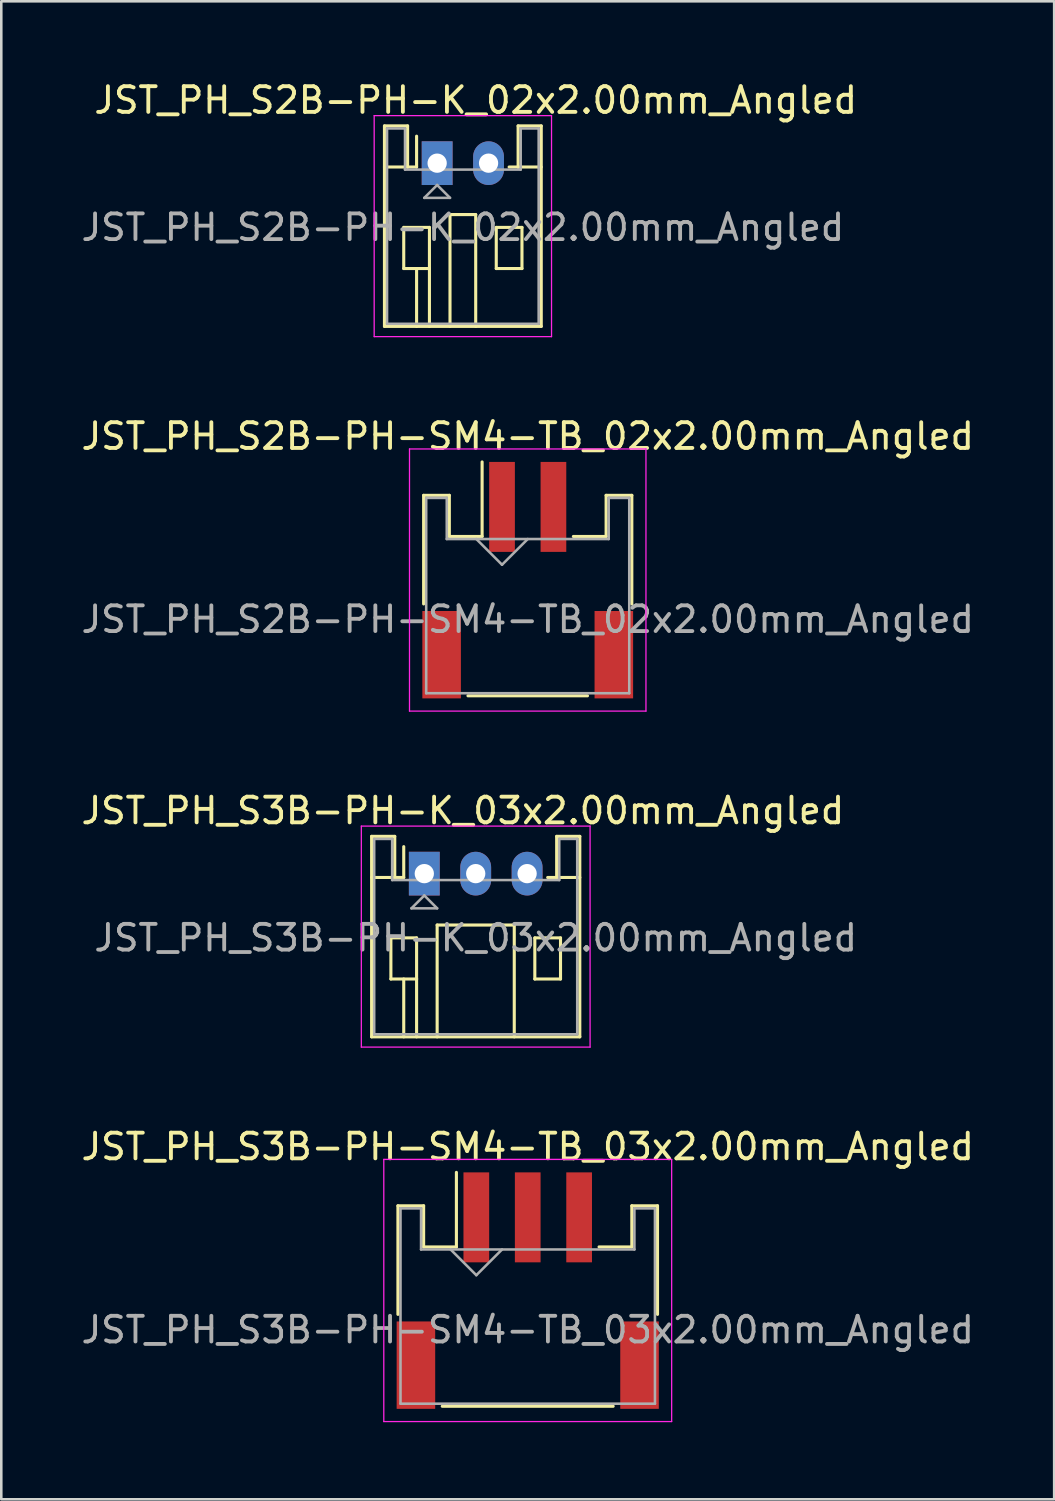
<source format=kicad_pcb>
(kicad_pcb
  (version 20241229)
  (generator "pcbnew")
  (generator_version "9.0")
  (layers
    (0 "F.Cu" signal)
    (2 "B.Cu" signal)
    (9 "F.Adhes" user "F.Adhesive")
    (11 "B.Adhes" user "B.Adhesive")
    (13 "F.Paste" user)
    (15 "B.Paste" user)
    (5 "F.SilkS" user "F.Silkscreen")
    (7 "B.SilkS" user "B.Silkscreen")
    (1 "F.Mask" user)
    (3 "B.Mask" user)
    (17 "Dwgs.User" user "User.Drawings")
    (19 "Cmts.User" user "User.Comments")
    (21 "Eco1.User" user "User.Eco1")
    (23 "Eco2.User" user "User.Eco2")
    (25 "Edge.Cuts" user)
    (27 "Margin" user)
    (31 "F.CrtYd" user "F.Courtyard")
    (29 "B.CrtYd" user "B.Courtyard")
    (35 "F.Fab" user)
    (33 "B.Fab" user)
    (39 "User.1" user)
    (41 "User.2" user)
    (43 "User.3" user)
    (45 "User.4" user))
  (footprint "JST_PH_S3B-PH-K_03x2.00mm_Angled"
    (layer "F.Cu")
    (at 13.458 30.94)
    (property "Reference" "JST_PH_S3B-PH-K_03x2.00mm_Angled" (at 1.5 -2.45 0) (layer "F.SilkS") (effects (font (size 1 1) (thickness 0.15))))
    (attr through_hole)
    (fp_line (start -2.05 -1.45) (end -2.05 6.35) (stroke (width 0.12) (type solid)) (layer "F.SilkS"))
    (fp_line (start -2.05 0.15) (end -1.15 0.15) (stroke (width 0.12) (type solid)) (layer "F.SilkS"))
    (fp_line (start -2.05 6.35) (end 6.05 6.35) (stroke (width 0.12) (type solid)) (layer "F.SilkS"))
    (fp_line (start -1.3 2.5) (end -1.3 4.1) (stroke (width 0.12) (type solid)) (layer "F.SilkS"))
    (fp_line (start -1.3 4.1) (end -0.3 4.1) (stroke (width 0.12) (type solid)) (layer "F.SilkS"))
    (fp_line (start -1.15 -1.45) (end -2.05 -1.45) (stroke (width 0.12) (type solid)) (layer "F.SilkS"))
    (fp_line (start -1.15 0.15) (end -1.15 -1.45) (stroke (width 0.12) (type solid)) (layer "F.SilkS"))
    (fp_line (start -0.8 0.15) (end -1.15 0.15) (stroke (width 0.12) (type solid)) (layer "F.SilkS"))
    (fp_line (start -0.8 0.15) (end -0.8 -1.05) (stroke (width 0.12) (type solid)) (layer "F.SilkS"))
    (fp_line (start -0.8 4.1) (end -0.8 6.35) (stroke (width 0.12) (type solid)) (layer "F.SilkS"))
    (fp_line (start -0.3 2.5) (end -1.3 2.5) (stroke (width 0.12) (type solid)) (layer "F.SilkS"))
    (fp_line (start -0.3 4.1) (end -0.3 2.5) (stroke (width 0.12) (type solid)) (layer "F.SilkS"))
    (fp_line (start -0.3 4.1) (end -0.3 6.35) (stroke (width 0.12) (type solid)) (layer "F.SilkS"))
    (fp_line (start 0.5 2) (end 3.5 2) (stroke (width 0.12) (type solid)) (layer "F.SilkS"))
    (fp_line (start 0.5 6.35) (end 0.5 2) (stroke (width 0.12) (type solid)) (layer "F.SilkS"))
    (fp_line (start 3.5 2) (end 3.5 6.35) (stroke (width 0.12) (type solid)) (layer "F.SilkS"))
    (fp_line (start 4.3 2.5) (end 5.3 2.5) (stroke (width 0.12) (type solid)) (layer "F.SilkS"))
    (fp_line (start 4.3 4.1) (end 4.3 2.5) (stroke (width 0.12) (type solid)) (layer "F.SilkS"))
    (fp_line (start 5.15 -1.45) (end 5.15 0.15) (stroke (width 0.12) (type solid)) (layer "F.SilkS"))
    (fp_line (start 5.15 0.15) (end 4.8 0.15) (stroke (width 0.12) (type solid)) (layer "F.SilkS"))
    (fp_line (start 5.3 2.5) (end 5.3 4.1) (stroke (width 0.12) (type solid)) (layer "F.SilkS"))
    (fp_line (start 5.3 4.1) (end 4.3 4.1) (stroke (width 0.12) (type solid)) (layer "F.SilkS"))
    (fp_line (start 6.05 -1.45) (end 5.15 -1.45) (stroke (width 0.12) (type solid)) (layer "F.SilkS"))
    (fp_line (start 6.05 0.15) (end 5.15 0.15) (stroke (width 0.12) (type solid)) (layer "F.SilkS"))
    (fp_line (start 6.05 6.35) (end 6.05 -1.45) (stroke (width 0.12) (type solid)) (layer "F.SilkS"))
    (fp_line (start -2.45 -1.85) (end -2.45 6.75) (stroke (width 0.05) (type solid)) (layer "F.CrtYd"))
    (fp_line (start -2.45 6.75) (end 6.45 6.75) (stroke (width 0.05) (type solid)) (layer "F.CrtYd"))
    (fp_line (start 6.45 -1.85) (end -2.45 -1.85) (stroke (width 0.05) (type solid)) (layer "F.CrtYd"))
    (fp_line (start 6.45 6.75) (end 6.45 -1.85) (stroke (width 0.05) (type solid)) (layer "F.CrtYd"))
    (fp_line (start -1.95 -1.35) (end -1.95 6.25) (stroke (width 0.1) (type solid)) (layer "F.Fab"))
    (fp_line (start -1.95 6.25) (end 5.95 6.25) (stroke (width 0.1) (type solid)) (layer "F.Fab"))
    (fp_line (start -1.25 -1.35) (end -1.95 -1.35) (stroke (width 0.1) (type solid)) (layer "F.Fab"))
    (fp_line (start -1.25 0.25) (end -1.25 -1.35) (stroke (width 0.1) (type solid)) (layer "F.Fab"))
    (fp_line (start -0.5 1.35) (end 0.5 1.35) (stroke (width 0.1) (type solid)) (layer "F.Fab"))
    (fp_line (start 0 0.85) (end -0.5 1.35) (stroke (width 0.1) (type solid)) (layer "F.Fab"))
    (fp_line (start 0.5 1.35) (end 0 0.85) (stroke (width 0.1) (type solid)) (layer "F.Fab"))
    (fp_line (start 5.25 -1.35) (end 5.25 0.25) (stroke (width 0.1) (type solid)) (layer "F.Fab"))
    (fp_line (start 5.25 0.25) (end -1.25 0.25) (stroke (width 0.1) (type solid)) (layer "F.Fab"))
    (fp_line (start 5.95 -1.35) (end 5.25 -1.35) (stroke (width 0.1) (type solid)) (layer "F.Fab"))
    (fp_line (start 5.95 6.25) (end 5.95 -1.35) (stroke (width 0.1) (type solid)) (layer "F.Fab"))
    (fp_text user "${REFERENCE}" (at 2 2.5 0) (layer "F.Fab") (effects (font (size 1 1) (thickness 0.15))))
    (pad "1" thru_hole rect (at 0 0) (size 1.2 1.7) (drill 0.75) (layers "*.Cu" "*.Mask"))
    (pad "2" thru_hole oval (at 2 0) (size 1.2 1.7) (drill 0.75) (layers "*.Cu" "*.Mask"))
    (pad "3" thru_hole oval (at 4 0) (size 1.2 1.7) (drill 0.75) (layers "*.Cu" "*.Mask")))
  (footprint "JST_PH_S2B-PH-K_02x2.00mm_Angled"
    (layer "F.Cu")
    (at 13.958 3.298)
    (property "Reference" "JST_PH_S2B-PH-K_02x2.00mm_Angled" (at 1.5 -2.45 0) (layer "F.SilkS") (effects (font (size 1 1) (thickness 0.15))))
    (attr through_hole)
    (fp_line (start -2.05 -1.45) (end -2.05 6.35) (stroke (width 0.12) (type solid)) (layer "F.SilkS"))
    (fp_line (start -2.05 0.15) (end -1.15 0.15) (stroke (width 0.12) (type solid)) (layer "F.SilkS"))
    (fp_line (start -2.05 6.35) (end 4.05 6.35) (stroke (width 0.12) (type solid)) (layer "F.SilkS"))
    (fp_line (start -1.3 2.5) (end -1.3 4.1) (stroke (width 0.12) (type solid)) (layer "F.SilkS"))
    (fp_line (start -1.3 4.1) (end -0.3 4.1) (stroke (width 0.12) (type solid)) (layer "F.SilkS"))
    (fp_line (start -1.15 -1.45) (end -2.05 -1.45) (stroke (width 0.12) (type solid)) (layer "F.SilkS"))
    (fp_line (start -1.15 0.15) (end -1.15 -1.45) (stroke (width 0.12) (type solid)) (layer "F.SilkS"))
    (fp_line (start -0.8 0.15) (end -1.15 0.15) (stroke (width 0.12) (type solid)) (layer "F.SilkS"))
    (fp_line (start -0.8 0.15) (end -0.8 -1.05) (stroke (width 0.12) (type solid)) (layer "F.SilkS"))
    (fp_line (start -0.8 4.1) (end -0.8 6.35) (stroke (width 0.12) (type solid)) (layer "F.SilkS"))
    (fp_line (start -0.3 2.5) (end -1.3 2.5) (stroke (width 0.12) (type solid)) (layer "F.SilkS"))
    (fp_line (start -0.3 4.1) (end -0.3 2.5) (stroke (width 0.12) (type solid)) (layer "F.SilkS"))
    (fp_line (start -0.3 4.1) (end -0.3 6.35) (stroke (width 0.12) (type solid)) (layer "F.SilkS"))
    (fp_line (start 0.5 2) (end 1.5 2) (stroke (width 0.12) (type solid)) (layer "F.SilkS"))
    (fp_line (start 0.5 6.35) (end 0.5 2) (stroke (width 0.12) (type solid)) (layer "F.SilkS"))
    (fp_line (start 1.5 2) (end 1.5 6.35) (stroke (width 0.12) (type solid)) (layer "F.SilkS"))
    (fp_line (start 2.3 2.5) (end 3.3 2.5) (stroke (width 0.12) (type solid)) (layer "F.SilkS"))
    (fp_line (start 2.3 4.1) (end 2.3 2.5) (stroke (width 0.12) (type solid)) (layer "F.SilkS"))
    (fp_line (start 3.15 -1.45) (end 3.15 0.15) (stroke (width 0.12) (type solid)) (layer "F.SilkS"))
    (fp_line (start 3.15 0.15) (end 2.8 0.15) (stroke (width 0.12) (type solid)) (layer "F.SilkS"))
    (fp_line (start 3.3 2.5) (end 3.3 4.1) (stroke (width 0.12) (type solid)) (layer "F.SilkS"))
    (fp_line (start 3.3 4.1) (end 2.3 4.1) (stroke (width 0.12) (type solid)) (layer "F.SilkS"))
    (fp_line (start 4.05 -1.45) (end 3.15 -1.45) (stroke (width 0.12) (type solid)) (layer "F.SilkS"))
    (fp_line (start 4.05 0.15) (end 3.15 0.15) (stroke (width 0.12) (type solid)) (layer "F.SilkS"))
    (fp_line (start 4.05 6.35) (end 4.05 -1.45) (stroke (width 0.12) (type solid)) (layer "F.SilkS"))
    (fp_line (start -2.45 -1.85) (end -2.45 6.75) (stroke (width 0.05) (type solid)) (layer "F.CrtYd"))
    (fp_line (start -2.45 6.75) (end 4.45 6.75) (stroke (width 0.05) (type solid)) (layer "F.CrtYd"))
    (fp_line (start 4.45 -1.85) (end -2.45 -1.85) (stroke (width 0.05) (type solid)) (layer "F.CrtYd"))
    (fp_line (start 4.45 6.75) (end 4.45 -1.85) (stroke (width 0.05) (type solid)) (layer "F.CrtYd"))
    (fp_line (start -1.95 -1.35) (end -1.95 6.25) (stroke (width 0.1) (type solid)) (layer "F.Fab"))
    (fp_line (start -1.95 6.25) (end 3.95 6.25) (stroke (width 0.1) (type solid)) (layer "F.Fab"))
    (fp_line (start -1.25 -1.35) (end -1.95 -1.35) (stroke (width 0.1) (type solid)) (layer "F.Fab"))
    (fp_line (start -1.25 0.25) (end -1.25 -1.35) (stroke (width 0.1) (type solid)) (layer "F.Fab"))
    (fp_line (start -0.5 1.35) (end 0.5 1.35) (stroke (width 0.1) (type solid)) (layer "F.Fab"))
    (fp_line (start 0 0.85) (end -0.5 1.35) (stroke (width 0.1) (type solid)) (layer "F.Fab"))
    (fp_line (start 0.5 1.35) (end 0 0.85) (stroke (width 0.1) (type solid)) (layer "F.Fab"))
    (fp_line (start 3.25 -1.35) (end 3.25 0.25) (stroke (width 0.1) (type solid)) (layer "F.Fab"))
    (fp_line (start 3.25 0.25) (end -1.25 0.25) (stroke (width 0.1) (type solid)) (layer "F.Fab"))
    (fp_line (start 3.95 -1.35) (end 3.25 -1.35) (stroke (width 0.1) (type solid)) (layer "F.Fab"))
    (fp_line (start 3.95 6.25) (end 3.95 -1.35) (stroke (width 0.1) (type solid)) (layer "F.Fab"))
    (fp_text user "${REFERENCE}" (at 1 2.5 0) (layer "F.Fab") (effects (font (size 1 1) (thickness 0.15))))
    (pad "1" thru_hole rect (at 0 0) (size 1.2 1.7) (drill 0.75) (layers "*.Cu" "*.Mask"))
    (pad "2" thru_hole oval (at 2 0) (size 1.2 1.7) (drill 0.75) (layers "*.Cu" "*.Mask")))
  (footprint "JST_PH_S3B-PH-SM4-TB_03x2.00mm_Angled"
    (layer "F.Cu")
    (at 17.482 47.188)
    (property "Reference" "JST_PH_S3B-PH-SM4-TB_03x2.00mm_Angled" (at 0 -5.625 0) (layer "F.SilkS") (effects (font (size 1 1) (thickness 0.15))))
    (attr smd)
    (fp_line (start -5.05 -3.325) (end -5.05 0.9) (stroke (width 0.12) (type solid)) (layer "F.SilkS"))
    (fp_line (start -4.05 -3.325) (end -5.05 -3.325) (stroke (width 0.12) (type solid)) (layer "F.SilkS"))
    (fp_line (start -4.05 -1.725) (end -4.05 -3.325) (stroke (width 0.12) (type solid)) (layer "F.SilkS"))
    (fp_line (start -3.325 4.475) (end 3.325 4.475) (stroke (width 0.12) (type solid)) (layer "F.SilkS"))
    (fp_line (start -2.775 -1.725) (end -4.05 -1.725) (stroke (width 0.12) (type solid)) (layer "F.SilkS"))
    (fp_line (start -2.775 -1.725) (end -2.775 -4.625) (stroke (width 0.12) (type solid)) (layer "F.SilkS"))
    (fp_line (start 4.05 -3.325) (end 4.05 -1.725) (stroke (width 0.12) (type solid)) (layer "F.SilkS"))
    (fp_line (start 4.05 -1.725) (end 2.775 -1.725) (stroke (width 0.12) (type solid)) (layer "F.SilkS"))
    (fp_line (start 5.05 -3.325) (end 4.05 -3.325) (stroke (width 0.12) (type solid)) (layer "F.SilkS"))
    (fp_line (start 5.05 0.9) (end 5.05 -3.325) (stroke (width 0.12) (type solid)) (layer "F.SilkS"))
    (fp_line (start -5.6 -5.13) (end -5.6 5.07) (stroke (width 0.05) (type solid)) (layer "F.CrtYd"))
    (fp_line (start -5.6 5.07) (end 5.6 5.07) (stroke (width 0.05) (type solid)) (layer "F.CrtYd"))
    (fp_line (start 5.6 -5.13) (end -5.6 -5.13) (stroke (width 0.05) (type solid)) (layer "F.CrtYd"))
    (fp_line (start 5.6 5.07) (end 5.6 -5.13) (stroke (width 0.05) (type solid)) (layer "F.CrtYd"))
    (fp_line (start -4.95 -3.225) (end -4.95 4.375) (stroke (width 0.1) (type solid)) (layer "F.Fab"))
    (fp_line (start -4.95 4.375) (end 4.95 4.375) (stroke (width 0.1) (type solid)) (layer "F.Fab"))
    (fp_line (start -4.15 -3.225) (end -4.95 -3.225) (stroke (width 0.1) (type solid)) (layer "F.Fab"))
    (fp_line (start -4.15 -1.625) (end -4.15 -3.225) (stroke (width 0.1) (type solid)) (layer "F.Fab"))
    (fp_line (start -3 -1.625) (end -2 -0.625) (stroke (width 0.1) (type solid)) (layer "F.Fab"))
    (fp_line (start -2 -0.625) (end -1 -1.625) (stroke (width 0.1) (type solid)) (layer "F.Fab"))
    (fp_line (start 4.15 -3.225) (end 4.15 -1.625) (stroke (width 0.1) (type solid)) (layer "F.Fab"))
    (fp_line (start 4.15 -1.625) (end -4.15 -1.625) (stroke (width 0.1) (type solid)) (layer "F.Fab"))
    (fp_line (start 4.95 -3.225) (end 4.15 -3.225) (stroke (width 0.1) (type solid)) (layer "F.Fab"))
    (fp_line (start 4.95 4.375) (end 4.95 -3.225) (stroke (width 0.1) (type solid)) (layer "F.Fab"))
    (fp_text user "${REFERENCE}" (at 0 1.5 0) (layer "F.Fab") (effects (font (size 1 1) (thickness 0.15))))
    (pad "" smd rect (at -4.35 2.875) (size 1.5 3.4) (layers "F.Cu" "F.Mask" "F.Paste"))
    (pad "" smd rect (at 4.35 2.875) (size 1.5 3.4) (layers "F.Cu" "F.Mask" "F.Paste"))
    (pad "1" smd rect (at -2 -2.875) (size 1 3.5) (layers "F.Cu" "F.Mask" "F.Paste"))
    (pad "2" smd rect (at 0 -2.875) (size 1 3.5) (layers "F.Cu" "F.Mask" "F.Paste"))
    (pad "3" smd rect (at 2 -2.875) (size 1 3.5) (layers "F.Cu" "F.Mask" "F.Paste")))
  (footprint "JST_PH_S2B-PH-SM4-TB_02x2.00mm_Angled"
    (layer "F.Cu")
    (at 17.482 19.547)
    (property "Reference" "JST_PH_S2B-PH-SM4-TB_02x2.00mm_Angled" (at 0 -5.625 0) (layer "F.SilkS") (effects (font (size 1 1) (thickness 0.15))))
    (attr smd)
    (fp_line (start -4.05 -3.325) (end -4.05 0.9) (stroke (width 0.12) (type solid)) (layer "F.SilkS"))
    (fp_line (start -3.05 -3.325) (end -4.05 -3.325) (stroke (width 0.12) (type solid)) (layer "F.SilkS"))
    (fp_line (start -3.05 -1.725) (end -3.05 -3.325) (stroke (width 0.12) (type solid)) (layer "F.SilkS"))
    (fp_line (start -2.325 4.475) (end 2.325 4.475) (stroke (width 0.12) (type solid)) (layer "F.SilkS"))
    (fp_line (start -1.775 -1.725) (end -3.05 -1.725) (stroke (width 0.12) (type solid)) (layer "F.SilkS"))
    (fp_line (start -1.775 -1.725) (end -1.775 -4.625) (stroke (width 0.12) (type solid)) (layer "F.SilkS"))
    (fp_line (start 3.05 -3.325) (end 3.05 -1.725) (stroke (width 0.12) (type solid)) (layer "F.SilkS"))
    (fp_line (start 3.05 -1.725) (end 1.775 -1.725) (stroke (width 0.12) (type solid)) (layer "F.SilkS"))
    (fp_line (start 4.05 -3.325) (end 3.05 -3.325) (stroke (width 0.12) (type solid)) (layer "F.SilkS"))
    (fp_line (start 4.05 0.9) (end 4.05 -3.325) (stroke (width 0.12) (type solid)) (layer "F.SilkS"))
    (fp_line (start -4.6 -5.13) (end -4.6 5.07) (stroke (width 0.05) (type solid)) (layer "F.CrtYd"))
    (fp_line (start -4.6 5.07) (end 4.6 5.07) (stroke (width 0.05) (type solid)) (layer "F.CrtYd"))
    (fp_line (start 4.6 -5.13) (end -4.6 -5.13) (stroke (width 0.05) (type solid)) (layer "F.CrtYd"))
    (fp_line (start 4.6 5.07) (end 4.6 -5.13) (stroke (width 0.05) (type solid)) (layer "F.CrtYd"))
    (fp_line (start -3.95 -3.225) (end -3.95 4.375) (stroke (width 0.1) (type solid)) (layer "F.Fab"))
    (fp_line (start -3.95 4.375) (end 3.95 4.375) (stroke (width 0.1) (type solid)) (layer "F.Fab"))
    (fp_line (start -3.15 -3.225) (end -3.95 -3.225) (stroke (width 0.1) (type solid)) (layer "F.Fab"))
    (fp_line (start -3.15 -1.625) (end -3.15 -3.225) (stroke (width 0.1) (type solid)) (layer "F.Fab"))
    (fp_line (start -2 -1.625) (end -1 -0.625) (stroke (width 0.1) (type solid)) (layer "F.Fab"))
    (fp_line (start -1 -0.625) (end 0 -1.625) (stroke (width 0.1) (type solid)) (layer "F.Fab"))
    (fp_line (start 3.15 -3.225) (end 3.15 -1.625) (stroke (width 0.1) (type solid)) (layer "F.Fab"))
    (fp_line (start 3.15 -1.625) (end -3.15 -1.625) (stroke (width 0.1) (type solid)) (layer "F.Fab"))
    (fp_line (start 3.95 -3.225) (end 3.15 -3.225) (stroke (width 0.1) (type solid)) (layer "F.Fab"))
    (fp_line (start 3.95 4.375) (end 3.95 -3.225) (stroke (width 0.1) (type solid)) (layer "F.Fab"))
    (fp_text user "${REFERENCE}" (at 0 1.5 0) (layer "F.Fab") (effects (font (size 1 1) (thickness 0.15))))
    (pad "" smd rect (at -3.35 2.875) (size 1.5 3.4) (layers "F.Cu" "F.Mask" "F.Paste"))
    (pad "" smd rect (at 3.35 2.875) (size 1.5 3.4) (layers "F.Cu" "F.Mask" "F.Paste"))
    (pad "1" smd rect (at -1 -2.875) (size 1 3.5) (layers "F.Cu" "F.Mask" "F.Paste"))
    (pad "2" smd rect (at 1 -2.875) (size 1 3.5) (layers "F.Cu" "F.Mask" "F.Paste")))
  (gr_rect
    (start -3 -3)
    (end 37.964 55.283)
    (stroke (width 0.1) (type default))
    (fill no)
    (layer "Edge.Cuts")))
</source>
